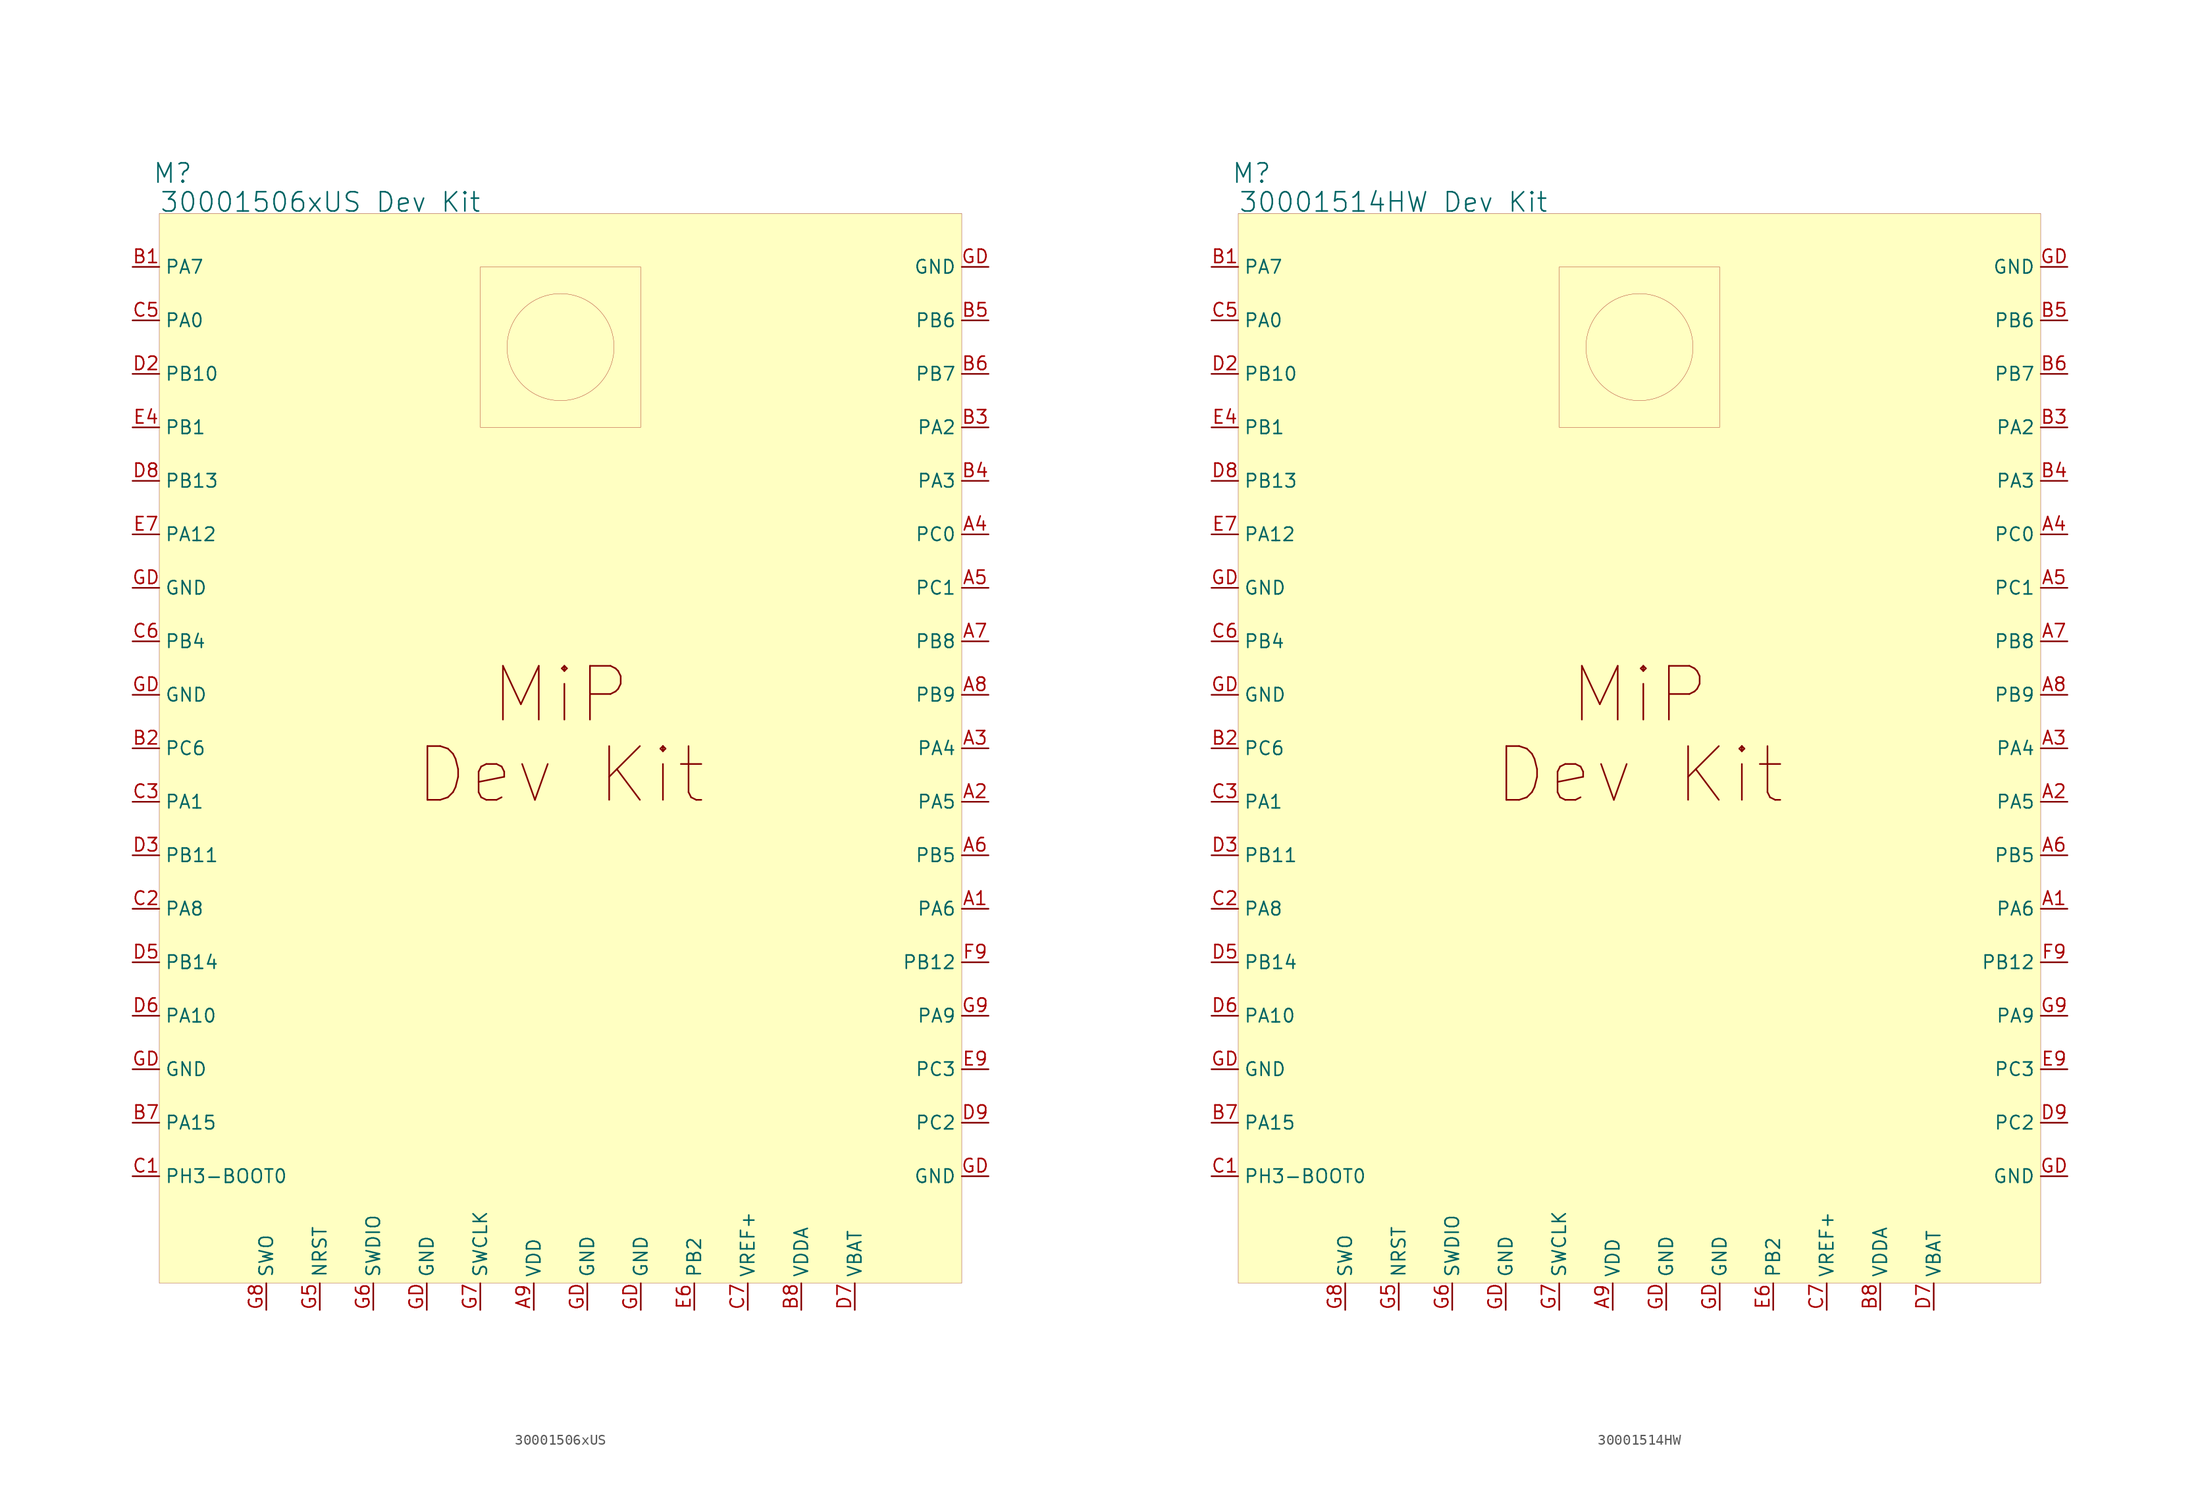
<source format=kicad_sym>
(kicad_symbol_lib
  (version 20231120)
  (generator "kicad_symbol_editor")
  (generator_version "8.0")
  (symbol "30001506xUS"
    (property "Reference" "M"
      (at 1.27 3.81 0)
      (effects (font (size 1.829 1.829))))
    (property "Value" "30001506xUS Dev Kit"
      (at 0 0 0)
      (effects (font (size 1.829 1.829)) (justify left bottom)))
    (symbol "30001506xUS_1_0"
      (rectangle (start 0 0) (end 76.2 -101.6) (stroke (width 0.025) (type solid) (color 128 0 0 1)) (fill (type background)))
      (rectangle (start 30.48 -5.08) (end 45.72 -20.32) (stroke (width 0.025) (type solid) (color 152 0 0 1)) (fill (type none)))
      (circle (center 38.1 -12.7) (radius 5.08) (stroke (width 0.025) (type solid) (color 152 0 0 1)) (fill (type none)))
      (text "Dev Kit" (at 38.1 -53.34 0) (effects (font (size 5.105 5.105))))
      (text "MiP" (at 38.1 -45.72 0) (effects (font (size 5.105 5.105))))
      (pin passive line (at 78.74 -66.04 180) (length 2.54) (name "PA6" (effects (font (size 1.27 1.27)))) (number "A1" (effects (font (size 1.27 1.27)))))
      (pin passive line (at 78.74 -55.88 180) (length 2.54) (name "PA5" (effects (font (size 1.27 1.27)))) (number "A2" (effects (font (size 1.27 1.27)))))
      (pin passive line (at 78.74 -50.8 180) (length 2.54) (name "PA4" (effects (font (size 1.27 1.27)))) (number "A3" (effects (font (size 1.27 1.27)))))
      (pin passive line (at 78.74 -30.48 180) (length 2.54) (name "PC0" (effects (font (size 1.27 1.27)))) (number "A4" (effects (font (size 1.27 1.27)))))
      (pin passive line (at 78.74 -35.56 180) (length 2.54) (name "PC1" (effects (font (size 1.27 1.27)))) (number "A5" (effects (font (size 1.27 1.27)))))
      (pin passive line (at 78.74 -60.96 180) (length 2.54) (name "PB5" (effects (font (size 1.27 1.27)))) (number "A6" (effects (font (size 1.27 1.27)))))
      (pin passive line (at 78.74 -40.64 180) (length 2.54) (name "PB8" (effects (font (size 1.27 1.27)))) (number "A7" (effects (font (size 1.27 1.27)))))
      (pin passive line (at 78.74 -45.72 180) (length 2.54) (name "PB9" (effects (font (size 1.27 1.27)))) (number "A8" (effects (font (size 1.27 1.27)))))
      (pin passive line (at 35.56 -104.14 90) (length 2.54) (name "VDD" (effects (font (size 1.27 1.27)))) (number "A9" (effects (font (size 1.27 1.27)))))
      (pin passive line (at -2.54 -5.08 0) (length 2.54) (name "PA7" (effects (font (size 1.27 1.27)))) (number "B1" (effects (font (size 1.27 1.27)))))
      (pin passive line (at -2.54 -50.8 0) (length 2.54) (name "PC6" (effects (font (size 1.27 1.27)))) (number "B2" (effects (font (size 1.27 1.27)))))
      (pin passive line (at 78.74 -20.32 180) (length 2.54) (name "PA2" (effects (font (size 1.27 1.27)))) (number "B3" (effects (font (size 1.27 1.27)))))
      (pin passive line (at 78.74 -25.4 180) (length 2.54) (name "PA3" (effects (font (size 1.27 1.27)))) (number "B4" (effects (font (size 1.27 1.27)))))
      (pin passive line (at 78.74 -10.16 180) (length 2.54) (name "PB6" (effects (font (size 1.27 1.27)))) (number "B5" (effects (font (size 1.27 1.27)))))
      (pin passive line (at 78.74 -15.24 180) (length 2.54) (name "PB7" (effects (font (size 1.27 1.27)))) (number "B6" (effects (font (size 1.27 1.27)))))
      (pin passive line (at -2.54 -86.36 0) (length 2.54) (name "PA15" (effects (font (size 1.27 1.27)))) (number "B7" (effects (font (size 1.27 1.27)))))
      (pin passive line (at 60.96 -104.14 90) (length 2.54) (name "VDDA" (effects (font (size 1.27 1.27)))) (number "B8" (effects (font (size 1.27 1.27)))))
      (pin passive line (at -2.54 -91.44 0) (length 2.54) (name "PH3-BOOT0" (effects (font (size 1.27 1.27)))) (number "C1" (effects (font (size 1.27 1.27)))))
      (pin passive line (at -2.54 -66.04 0) (length 2.54) (name "PA8" (effects (font (size 1.27 1.27)))) (number "C2" (effects (font (size 1.27 1.27)))))
      (pin passive line (at -2.54 -55.88 0) (length 2.54) (name "PA1" (effects (font (size 1.27 1.27)))) (number "C3" (effects (font (size 1.27 1.27)))))
      (pin passive line (at -2.54 -10.16 0) (length 2.54) (name "PA0" (effects (font (size 1.27 1.27)))) (number "C5" (effects (font (size 1.27 1.27)))))
      (pin passive line (at -2.54 -40.64 0) (length 2.54) (name "PB4" (effects (font (size 1.27 1.27)))) (number "C6" (effects (font (size 1.27 1.27)))))
      (pin passive line (at 55.88 -104.14 90) (length 2.54) (name "VREF+" (effects (font (size 1.27 1.27)))) (number "C7" (effects (font (size 1.27 1.27)))))
      (pin passive line (at -2.54 -15.24 0) (length 2.54) (name "PB10" (effects (font (size 1.27 1.27)))) (number "D2" (effects (font (size 1.27 1.27)))))
      (pin passive line (at -2.54 -60.96 0) (length 2.54) (name "PB11" (effects (font (size 1.27 1.27)))) (number "D3" (effects (font (size 1.27 1.27)))))
      (pin passive line (at -2.54 -71.12 0) (length 2.54) (name "PB14" (effects (font (size 1.27 1.27)))) (number "D5" (effects (font (size 1.27 1.27)))))
      (pin passive line (at -2.54 -76.2 0) (length 2.54) (name "PA10" (effects (font (size 1.27 1.27)))) (number "D6" (effects (font (size 1.27 1.27)))))
      (pin passive line (at 66.04 -104.14 90) (length 2.54) (name "VBAT" (effects (font (size 1.27 1.27)))) (number "D7" (effects (font (size 1.27 1.27)))))
      (pin passive line (at -2.54 -25.4 0) (length 2.54) (name "PB13" (effects (font (size 1.27 1.27)))) (number "D8" (effects (font (size 1.27 1.27)))))
      (pin passive line (at 78.74 -86.36 180) (length 2.54) (name "PC2" (effects (font (size 1.27 1.27)))) (number "D9" (effects (font (size 1.27 1.27)))))
      (pin passive line (at -2.54 -20.32 0) (length 2.54) (name "PB1" (effects (font (size 1.27 1.27)))) (number "E4" (effects (font (size 1.27 1.27)))))
      (pin passive line (at 50.8 -104.14 90) (length 2.54) (name "PB2" (effects (font (size 1.27 1.27)))) (number "E6" (effects (font (size 1.27 1.27)))))
      (pin passive line (at -2.54 -30.48 0) (length 2.54) (name "PA12" (effects (font (size 1.27 1.27)))) (number "E7" (effects (font (size 1.27 1.27)))))
      (pin passive line (at 78.74 -81.28 180) (length 2.54) (name "PC3" (effects (font (size 1.27 1.27)))) (number "E9" (effects (font (size 1.27 1.27)))))
      (pin passive line (at 78.74 -71.12 180) (length 2.54) (name "PB12" (effects (font (size 1.27 1.27)))) (number "F9" (effects (font (size 1.27 1.27)))))
      (pin passive line (at 15.24 -104.14 90) (length 2.54) (name "NRST" (effects (font (size 1.27 1.27)))) (number "G5" (effects (font (size 1.27 1.27)))))
      (pin passive line (at 20.32 -104.14 90) (length 2.54) (name "SWDIO" (effects (font (size 1.27 1.27)))) (number "G6" (effects (font (size 1.27 1.27)))))
      (pin passive line (at 30.48 -104.14 90) (length 2.54) (name "SWCLK" (effects (font (size 1.27 1.27)))) (number "G7" (effects (font (size 1.27 1.27)))))
      (pin passive line (at 10.16 -104.14 90) (length 2.54) (name "SWO" (effects (font (size 1.27 1.27)))) (number "G8" (effects (font (size 1.27 1.27)))))
      (pin passive line (at 78.74 -76.2 180) (length 2.54) (name "PA9" (effects (font (size 1.27 1.27)))) (number "G9" (effects (font (size 1.27 1.27)))))
      (pin passive line (at -2.54 -81.28 0) (length 2.54) (name "GND" (effects (font (size 1.27 1.27)))) (number "GD" (effects (font (size 1.27 1.27)))))
      (pin passive line (at -2.54 -45.72 0) (length 2.54) (name "GND" (effects (font (size 1.27 1.27)))) (number "GD" (effects (font (size 1.27 1.27)))))
      (pin passive line (at -2.54 -35.56 0) (length 2.54) (name "GND" (effects (font (size 1.27 1.27)))) (number "GD" (effects (font (size 1.27 1.27)))))
      (pin passive line (at 25.4 -104.14 90) (length 2.54) (name "GND" (effects (font (size 1.27 1.27)))) (number "GD" (effects (font (size 1.27 1.27)))))
      (pin passive line (at 40.64 -104.14 90) (length 2.54) (name "GND" (effects (font (size 1.27 1.27)))) (number "GD" (effects (font (size 1.27 1.27)))))
      (pin passive line (at 45.72 -104.14 90) (length 2.54) (name "GND" (effects (font (size 1.27 1.27)))) (number "GD" (effects (font (size 1.27 1.27)))))
      (pin passive line (at 78.74 -91.44 180) (length 2.54) (name "GND" (effects (font (size 1.27 1.27)))) (number "GD" (effects (font (size 1.27 1.27)))))
      (pin passive line (at 78.74 -5.08 180) (length 2.54) (name "GND" (effects (font (size 1.27 1.27)))) (number "GD" (effects (font (size 1.27 1.27)))))))
  (symbol "30001514HW"
    (property "Reference" "M"
      (at 1.27 3.81 0)
      (effects (font (size 1.829 1.829))))
    (property "Value" "30001514HW Dev Kit"
      (at 0 0 0)
      (effects (font (size 1.829 1.829)) (justify left bottom)))
    (symbol "30001514HW_1_0"
      (rectangle (start 0 0) (end 76.2 -101.6) (stroke (width 0.025) (type solid) (color 128 0 0 1)) (fill (type background)))
      (rectangle (start 30.48 -5.08) (end 45.72 -20.32) (stroke (width 0.025) (type solid) (color 152 0 0 1)) (fill (type none)))
      (circle (center 38.1 -12.7) (radius 5.08) (stroke (width 0.025) (type solid) (color 152 0 0 1)) (fill (type none)))
      (text "Dev Kit" (at 38.1 -53.34 0) (effects (font (size 5.105 5.105))))
      (text "MiP" (at 38.1 -45.72 0) (effects (font (size 5.105 5.105))))
      (pin passive line (at 78.74 -66.04 180) (length 2.54) (name "PA6" (effects (font (size 1.27 1.27)))) (number "A1" (effects (font (size 1.27 1.27)))))
      (pin passive line (at 78.74 -55.88 180) (length 2.54) (name "PA5" (effects (font (size 1.27 1.27)))) (number "A2" (effects (font (size 1.27 1.27)))))
      (pin passive line (at 78.74 -50.8 180) (length 2.54) (name "PA4" (effects (font (size 1.27 1.27)))) (number "A3" (effects (font (size 1.27 1.27)))))
      (pin passive line (at 78.74 -30.48 180) (length 2.54) (name "PC0" (effects (font (size 1.27 1.27)))) (number "A4" (effects (font (size 1.27 1.27)))))
      (pin passive line (at 78.74 -35.56 180) (length 2.54) (name "PC1" (effects (font (size 1.27 1.27)))) (number "A5" (effects (font (size 1.27 1.27)))))
      (pin passive line (at 78.74 -60.96 180) (length 2.54) (name "PB5" (effects (font (size 1.27 1.27)))) (number "A6" (effects (font (size 1.27 1.27)))))
      (pin passive line (at 78.74 -40.64 180) (length 2.54) (name "PB8" (effects (font (size 1.27 1.27)))) (number "A7" (effects (font (size 1.27 1.27)))))
      (pin passive line (at 78.74 -45.72 180) (length 2.54) (name "PB9" (effects (font (size 1.27 1.27)))) (number "A8" (effects (font (size 1.27 1.27)))))
      (pin passive line (at 35.56 -104.14 90) (length 2.54) (name "VDD" (effects (font (size 1.27 1.27)))) (number "A9" (effects (font (size 1.27 1.27)))))
      (pin passive line (at -2.54 -5.08 0) (length 2.54) (name "PA7" (effects (font (size 1.27 1.27)))) (number "B1" (effects (font (size 1.27 1.27)))))
      (pin passive line (at -2.54 -50.8 0) (length 2.54) (name "PC6" (effects (font (size 1.27 1.27)))) (number "B2" (effects (font (size 1.27 1.27)))))
      (pin passive line (at 78.74 -20.32 180) (length 2.54) (name "PA2" (effects (font (size 1.27 1.27)))) (number "B3" (effects (font (size 1.27 1.27)))))
      (pin passive line (at 78.74 -25.4 180) (length 2.54) (name "PA3" (effects (font (size 1.27 1.27)))) (number "B4" (effects (font (size 1.27 1.27)))))
      (pin passive line (at 78.74 -10.16 180) (length 2.54) (name "PB6" (effects (font (size 1.27 1.27)))) (number "B5" (effects (font (size 1.27 1.27)))))
      (pin passive line (at 78.74 -15.24 180) (length 2.54) (name "PB7" (effects (font (size 1.27 1.27)))) (number "B6" (effects (font (size 1.27 1.27)))))
      (pin passive line (at -2.54 -86.36 0) (length 2.54) (name "PA15" (effects (font (size 1.27 1.27)))) (number "B7" (effects (font (size 1.27 1.27)))))
      (pin passive line (at 60.96 -104.14 90) (length 2.54) (name "VDDA" (effects (font (size 1.27 1.27)))) (number "B8" (effects (font (size 1.27 1.27)))))
      (pin passive line (at -2.54 -91.44 0) (length 2.54) (name "PH3-BOOT0" (effects (font (size 1.27 1.27)))) (number "C1" (effects (font (size 1.27 1.27)))))
      (pin passive line (at -2.54 -66.04 0) (length 2.54) (name "PA8" (effects (font (size 1.27 1.27)))) (number "C2" (effects (font (size 1.27 1.27)))))
      (pin passive line (at -2.54 -55.88 0) (length 2.54) (name "PA1" (effects (font (size 1.27 1.27)))) (number "C3" (effects (font (size 1.27 1.27)))))
      (pin passive line (at -2.54 -10.16 0) (length 2.54) (name "PA0" (effects (font (size 1.27 1.27)))) (number "C5" (effects (font (size 1.27 1.27)))))
      (pin passive line (at -2.54 -40.64 0) (length 2.54) (name "PB4" (effects (font (size 1.27 1.27)))) (number "C6" (effects (font (size 1.27 1.27)))))
      (pin passive line (at 55.88 -104.14 90) (length 2.54) (name "VREF+" (effects (font (size 1.27 1.27)))) (number "C7" (effects (font (size 1.27 1.27)))))
      (pin passive line (at -2.54 -15.24 0) (length 2.54) (name "PB10" (effects (font (size 1.27 1.27)))) (number "D2" (effects (font (size 1.27 1.27)))))
      (pin passive line (at -2.54 -60.96 0) (length 2.54) (name "PB11" (effects (font (size 1.27 1.27)))) (number "D3" (effects (font (size 1.27 1.27)))))
      (pin passive line (at -2.54 -71.12 0) (length 2.54) (name "PB14" (effects (font (size 1.27 1.27)))) (number "D5" (effects (font (size 1.27 1.27)))))
      (pin passive line (at -2.54 -76.2 0) (length 2.54) (name "PA10" (effects (font (size 1.27 1.27)))) (number "D6" (effects (font (size 1.27 1.27)))))
      (pin passive line (at 66.04 -104.14 90) (length 2.54) (name "VBAT" (effects (font (size 1.27 1.27)))) (number "D7" (effects (font (size 1.27 1.27)))))
      (pin passive line (at -2.54 -25.4 0) (length 2.54) (name "PB13" (effects (font (size 1.27 1.27)))) (number "D8" (effects (font (size 1.27 1.27)))))
      (pin passive line (at 78.74 -86.36 180) (length 2.54) (name "PC2" (effects (font (size 1.27 1.27)))) (number "D9" (effects (font (size 1.27 1.27)))))
      (pin passive line (at -2.54 -20.32 0) (length 2.54) (name "PB1" (effects (font (size 1.27 1.27)))) (number "E4" (effects (font (size 1.27 1.27)))))
      (pin passive line (at 50.8 -104.14 90) (length 2.54) (name "PB2" (effects (font (size 1.27 1.27)))) (number "E6" (effects (font (size 1.27 1.27)))))
      (pin passive line (at -2.54 -30.48 0) (length 2.54) (name "PA12" (effects (font (size 1.27 1.27)))) (number "E7" (effects (font (size 1.27 1.27)))))
      (pin passive line (at 78.74 -81.28 180) (length 2.54) (name "PC3" (effects (font (size 1.27 1.27)))) (number "E9" (effects (font (size 1.27 1.27)))))
      (pin passive line (at 78.74 -71.12 180) (length 2.54) (name "PB12" (effects (font (size 1.27 1.27)))) (number "F9" (effects (font (size 1.27 1.27)))))
      (pin passive line (at 15.24 -104.14 90) (length 2.54) (name "NRST" (effects (font (size 1.27 1.27)))) (number "G5" (effects (font (size 1.27 1.27)))))
      (pin passive line (at 20.32 -104.14 90) (length 2.54) (name "SWDIO" (effects (font (size 1.27 1.27)))) (number "G6" (effects (font (size 1.27 1.27)))))
      (pin passive line (at 30.48 -104.14 90) (length 2.54) (name "SWCLK" (effects (font (size 1.27 1.27)))) (number "G7" (effects (font (size 1.27 1.27)))))
      (pin passive line (at 10.16 -104.14 90) (length 2.54) (name "SWO" (effects (font (size 1.27 1.27)))) (number "G8" (effects (font (size 1.27 1.27)))))
      (pin passive line (at 78.74 -76.2 180) (length 2.54) (name "PA9" (effects (font (size 1.27 1.27)))) (number "G9" (effects (font (size 1.27 1.27)))))
      (pin passive line (at -2.54 -81.28 0) (length 2.54) (name "GND" (effects (font (size 1.27 1.27)))) (number "GD" (effects (font (size 1.27 1.27)))))
      (pin passive line (at -2.54 -45.72 0) (length 2.54) (name "GND" (effects (font (size 1.27 1.27)))) (number "GD" (effects (font (size 1.27 1.27)))))
      (pin passive line (at -2.54 -35.56 0) (length 2.54) (name "GND" (effects (font (size 1.27 1.27)))) (number "GD" (effects (font (size 1.27 1.27)))))
      (pin passive line (at 25.4 -104.14 90) (length 2.54) (name "GND" (effects (font (size 1.27 1.27)))) (number "GD" (effects (font (size 1.27 1.27)))))
      (pin passive line (at 40.64 -104.14 90) (length 2.54) (name "GND" (effects (font (size 1.27 1.27)))) (number "GD" (effects (font (size 1.27 1.27)))))
      (pin passive line (at 45.72 -104.14 90) (length 2.54) (name "GND" (effects (font (size 1.27 1.27)))) (number "GD" (effects (font (size 1.27 1.27)))))
      (pin passive line (at 78.74 -91.44 180) (length 2.54) (name "GND" (effects (font (size 1.27 1.27)))) (number "GD" (effects (font (size 1.27 1.27)))))
      (pin passive line (at 78.74 -5.08 180) (length 2.54) (name "GND" (effects (font (size 1.27 1.27)))) (number "GD" (effects (font (size 1.27 1.27))))))))
</source>
